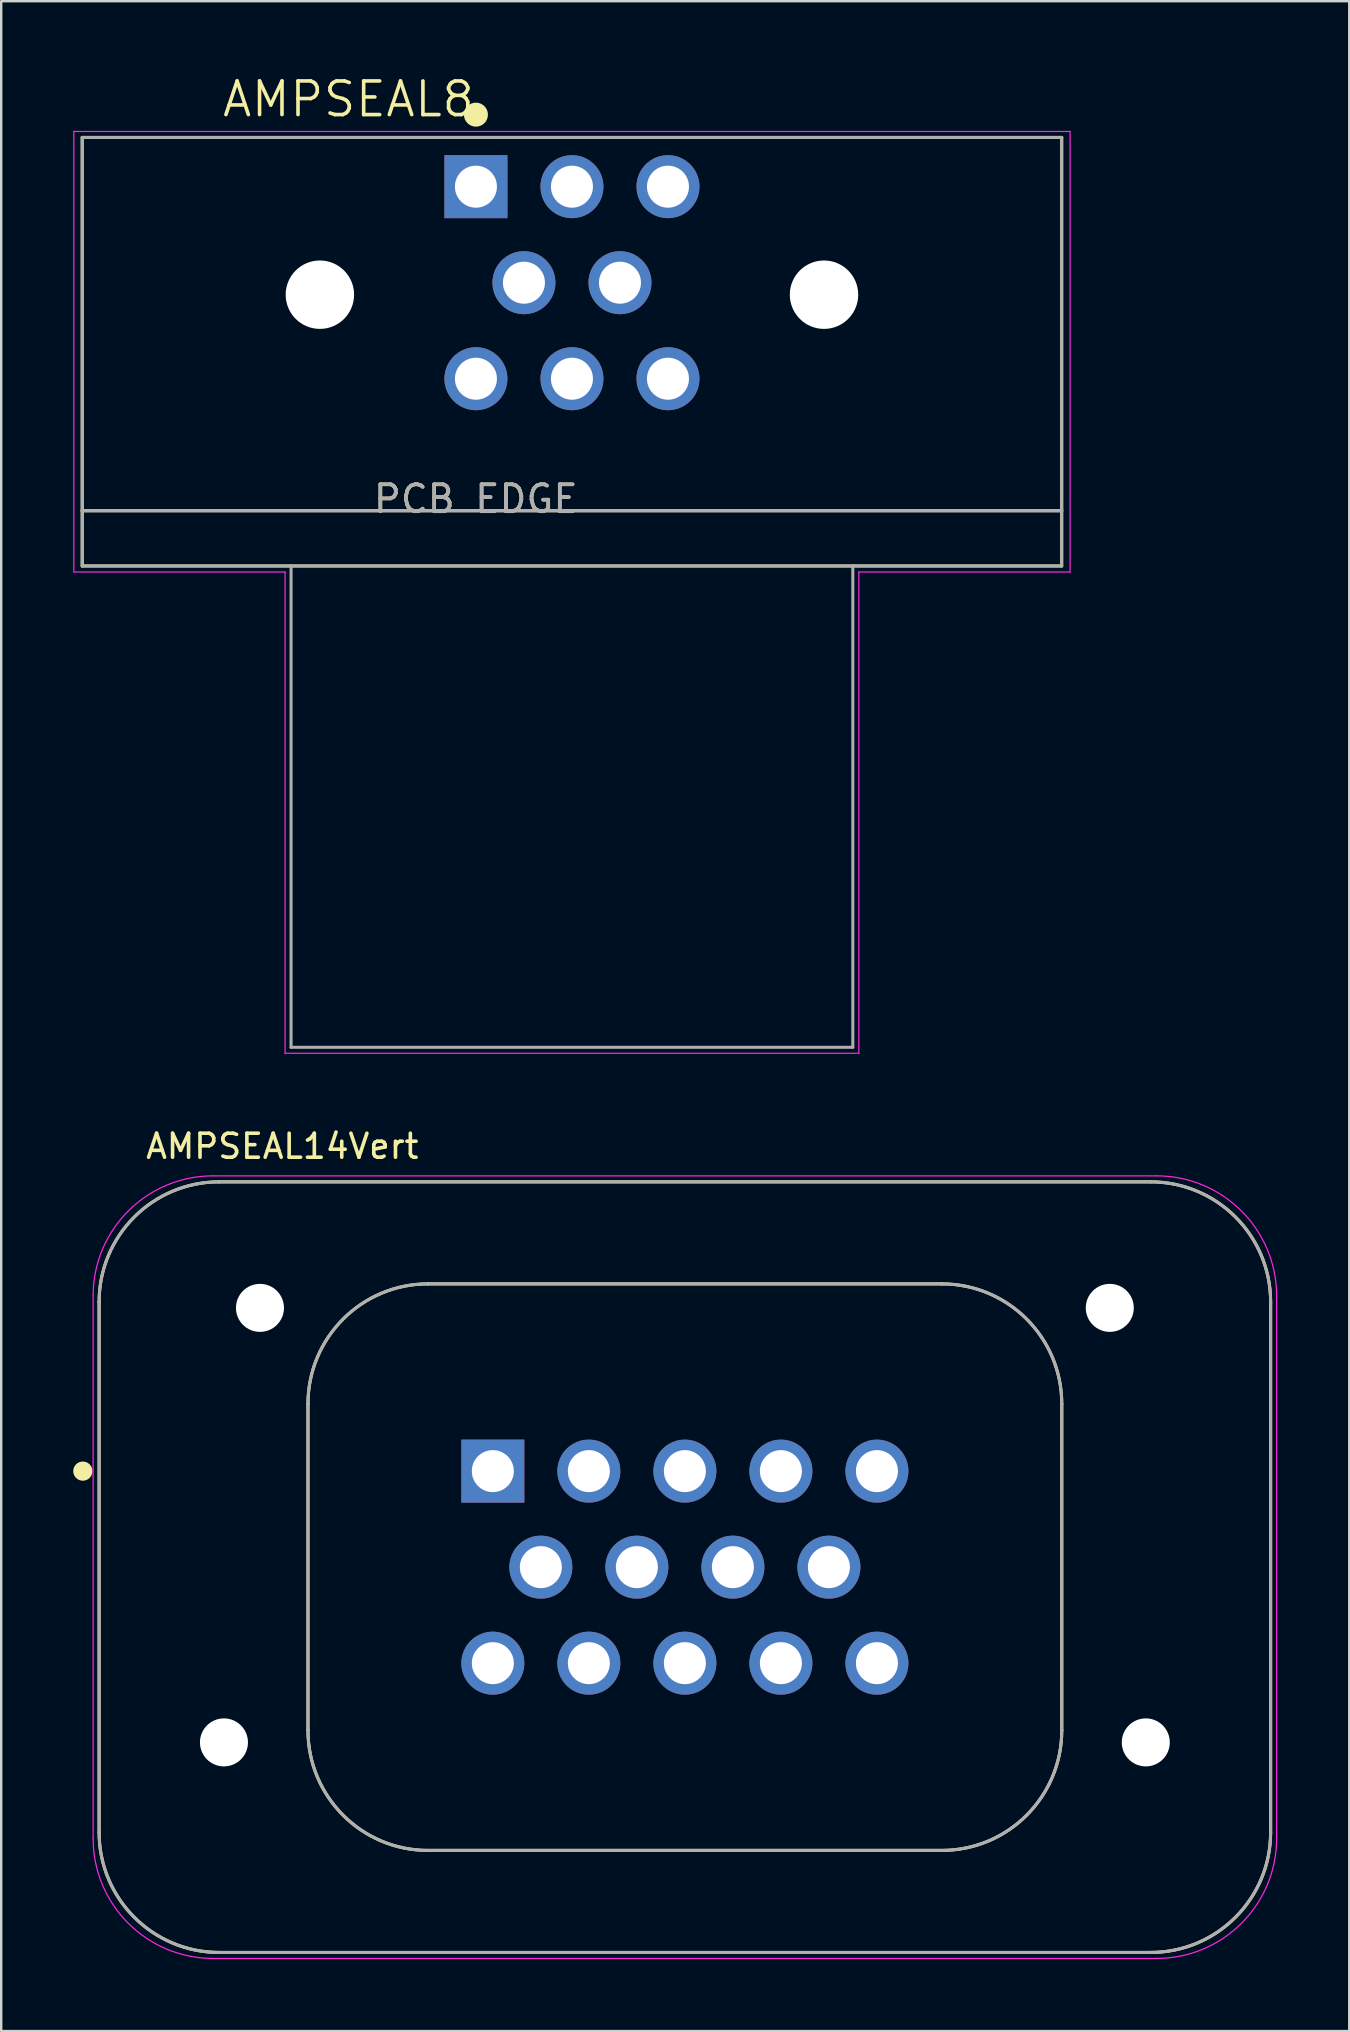
<source format=kicad_pcb>
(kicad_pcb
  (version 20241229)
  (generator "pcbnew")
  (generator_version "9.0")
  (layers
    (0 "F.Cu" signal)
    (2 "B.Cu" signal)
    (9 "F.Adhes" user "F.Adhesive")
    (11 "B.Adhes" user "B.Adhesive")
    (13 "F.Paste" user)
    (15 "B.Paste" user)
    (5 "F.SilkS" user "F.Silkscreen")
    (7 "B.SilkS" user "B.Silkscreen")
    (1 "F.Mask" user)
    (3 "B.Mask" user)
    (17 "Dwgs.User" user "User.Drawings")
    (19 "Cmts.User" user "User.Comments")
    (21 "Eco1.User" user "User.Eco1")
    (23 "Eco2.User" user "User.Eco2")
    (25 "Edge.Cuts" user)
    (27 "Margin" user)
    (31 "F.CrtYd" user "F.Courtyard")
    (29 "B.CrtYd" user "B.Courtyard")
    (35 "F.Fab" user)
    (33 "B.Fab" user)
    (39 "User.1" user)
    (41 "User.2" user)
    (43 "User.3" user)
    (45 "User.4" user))
  (footprint "AMPSEAL14Vert"
    (layer "F.Cu")
    (at 25.479 62.231)
    (property "Reference" "AMPSEAL14Vert" (at -16.769 -17.531 0) (layer "F.SilkS") (effects (font (size 1 1) (thickness 0.15))))
    (attr through_hole)
    (fp_line (start -24.4 -11.05) (end -24.4 11.05) (stroke (width 0.127) (type solid)) (layer "F.SilkS"))
    (fp_line (start -19.4 16.05) (end 19.4 16.05) (stroke (width 0.127) (type solid)) (layer "F.SilkS"))
    (fp_line (start -15.7 -6.8) (end -15.7 6.8) (stroke (width 0.127) (type solid)) (layer "F.SilkS"))
    (fp_line (start -10.7 11.8) (end 10.7 11.8) (stroke (width 0.127) (type solid)) (layer "F.SilkS"))
    (fp_line (start 10.7 -11.8) (end -10.7 -11.8) (stroke (width 0.127) (type solid)) (layer "F.SilkS"))
    (fp_line (start 15.7 6.8) (end 15.7 -6.8) (stroke (width 0.127) (type solid)) (layer "F.SilkS"))
    (fp_line (start 19.4 -16.05) (end -19.4 -16.05) (stroke (width 0.127) (type solid)) (layer "F.SilkS"))
    (fp_line (start 24.4 11.05) (end 24.4 -11.05) (stroke (width 0.127) (type solid)) (layer "F.SilkS"))
    (fp_arc (start -24.4 -11.05) (mid -22.935534 -14.585534) (end -19.4 -16.05) (stroke (width 0.127) (type solid)) (layer "F.SilkS"))
    (fp_arc (start -19.4 16.05) (mid -22.935534 14.585534) (end -24.4 11.05) (stroke (width 0.127) (type solid)) (layer "F.SilkS"))
    (fp_arc (start -15.7 -6.8) (mid -14.235534 -10.335534) (end -10.7 -11.8) (stroke (width 0.127) (type solid)) (layer "F.SilkS"))
    (fp_arc (start -10.7 11.8) (mid -14.235534 10.335534) (end -15.7 6.8) (stroke (width 0.127) (type solid)) (layer "F.SilkS"))
    (fp_arc (start 10.7 -11.8) (mid 14.235534 -10.335534) (end 15.7 -6.8) (stroke (width 0.127) (type solid)) (layer "F.SilkS"))
    (fp_arc (start 15.7 6.8) (mid 14.235534 10.335534) (end 10.7 11.8) (stroke (width 0.127) (type solid)) (layer "F.SilkS"))
    (fp_arc (start 19.4 -16.05) (mid 22.935534 -14.585534) (end 24.4 -11.05) (stroke (width 0.127) (type solid)) (layer "F.SilkS"))
    (fp_arc (start 24.4 11.05) (mid 22.935534 14.585534) (end 19.4 16.05) (stroke (width 0.127) (type solid)) (layer "F.SilkS"))
    (fp_circle (center -25.079 -4) (end -24.879 -4) (stroke (width 0.4) (type solid)) (fill no) (layer "F.SilkS"))
    (fp_line (start -24.65 11.3) (end -24.65 -11.3) (stroke (width 0.05) (type solid)) (layer "F.CrtYd"))
    (fp_line (start -19.65 -16.3) (end 19.65 -16.3) (stroke (width 0.05) (type solid)) (layer "F.CrtYd"))
    (fp_line (start 19.65 16.3) (end -19.65 16.3) (stroke (width 0.05) (type solid)) (layer "F.CrtYd"))
    (fp_line (start 24.65 -11.3) (end 24.65 11.3) (stroke (width 0.05) (type solid)) (layer "F.CrtYd"))
    (fp_arc (start -24.65 -11.3) (mid -23.185534 -14.835534) (end -19.65 -16.3) (stroke (width 0.05) (type solid)) (layer "F.CrtYd"))
    (fp_arc (start -19.65 16.3) (mid -23.185534 14.835534) (end -24.65 11.3) (stroke (width 0.05) (type solid)) (layer "F.CrtYd"))
    (fp_arc (start 19.65 -16.3) (mid 23.185534 -14.835534) (end 24.65 -11.3) (stroke (width 0.05) (type solid)) (layer "F.CrtYd"))
    (fp_arc (start 24.65 11.3) (mid 23.185534 14.835534) (end 19.65 16.3) (stroke (width 0.05) (type solid)) (layer "F.CrtYd"))
    (fp_line (start -24.4 -11.05) (end -24.4 11.05) (stroke (width 0.127) (type solid)) (layer "F.Fab"))
    (fp_line (start -19.4 16.05) (end 19.4 16.05) (stroke (width 0.127) (type solid)) (layer "F.Fab"))
    (fp_line (start -15.7 -6.8) (end -15.7 6.8) (stroke (width 0.127) (type solid)) (layer "F.Fab"))
    (fp_line (start -10.7 11.8) (end 10.7 11.8) (stroke (width 0.127) (type solid)) (layer "F.Fab"))
    (fp_line (start 10.7 -11.8) (end -10.7 -11.8) (stroke (width 0.127) (type solid)) (layer "F.Fab"))
    (fp_line (start 15.7 6.8) (end 15.7 -6.8) (stroke (width 0.127) (type solid)) (layer "F.Fab"))
    (fp_line (start 19.4 -16.05) (end -19.4 -16.05) (stroke (width 0.127) (type solid)) (layer "F.Fab"))
    (fp_line (start 24.4 11.05) (end 24.4 -11.05) (stroke (width 0.127) (type solid)) (layer "F.Fab"))
    (fp_arc (start -24.4 -11.05) (mid -22.935534 -14.585534) (end -19.4 -16.05) (stroke (width 0.127) (type solid)) (layer "F.Fab"))
    (fp_arc (start -19.4 16.05) (mid -22.935534 14.585534) (end -24.4 11.05) (stroke (width 0.127) (type solid)) (layer "F.Fab"))
    (fp_arc (start -15.7 -6.8) (mid -14.235534 -10.335534) (end -10.7 -11.8) (stroke (width 0.127) (type solid)) (layer "F.Fab"))
    (fp_arc (start -10.7 11.8) (mid -14.235534 10.335534) (end -15.7 6.8) (stroke (width 0.127) (type solid)) (layer "F.Fab"))
    (fp_arc (start 10.7 -11.8) (mid 14.235534 -10.335534) (end 15.7 -6.8) (stroke (width 0.127) (type solid)) (layer "F.Fab"))
    (fp_arc (start 15.7 6.8) (mid 14.235534 10.335534) (end 10.7 11.8) (stroke (width 0.127) (type solid)) (layer "F.Fab"))
    (fp_arc (start 19.4 -16.05) (mid 22.935534 -14.585534) (end 24.4 -11.05) (stroke (width 0.127) (type solid)) (layer "F.Fab"))
    (fp_arc (start 24.4 11.05) (mid 22.935534 14.585534) (end 19.4 16.05) (stroke (width 0.127) (type solid)) (layer "F.Fab"))
    (fp_circle (center -8 -4) (end -7.8 -4) (stroke (width 0.4) (type solid)) (fill no) (layer "F.Fab"))
    (pad "" np_thru_hole circle (at -19.2 7.3) (size 2 2) (drill 2) (layers "*.Cu" "*.Mask"))
    (pad "" np_thru_hole circle (at -17.7 -10.8) (size 2 2) (drill 2) (layers "*.Cu" "*.Mask"))
    (pad "" np_thru_hole circle (at 17.7 -10.8) (size 2 2) (drill 2) (layers "*.Cu" "*.Mask"))
    (pad "" np_thru_hole circle (at 19.2 7.3) (size 2 2) (drill 2) (layers "*.Cu" "*.Mask"))
    (pad "1" thru_hole rect (at -8 -4) (size 2.625 2.625) (drill 1.75) (layers "*.Cu" "*.Mask"))
    (pad "2" thru_hole circle (at -4 -4) (size 2.625 2.625) (drill 1.75) (layers "*.Cu" "*.Mask"))
    (pad "3" thru_hole circle (at 0 -4) (size 2.625 2.625) (drill 1.75) (layers "*.Cu" "*.Mask"))
    (pad "4" thru_hole circle (at 4 -4) (size 2.625 2.625) (drill 1.75) (layers "*.Cu" "*.Mask"))
    (pad "5" thru_hole circle (at 8 -4) (size 2.625 2.625) (drill 1.75) (layers "*.Cu" "*.Mask"))
    (pad "6" thru_hole circle (at -6 0) (size 2.625 2.625) (drill 1.75) (layers "*.Cu" "*.Mask"))
    (pad "7" thru_hole circle (at -2 0) (size 2.625 2.625) (drill 1.75) (layers "*.Cu" "*.Mask"))
    (pad "8" thru_hole circle (at 2 0) (size 2.625 2.625) (drill 1.75) (layers "*.Cu" "*.Mask"))
    (pad "9" thru_hole circle (at 6 0) (size 2.625 2.625) (drill 1.75) (layers "*.Cu" "*.Mask"))
    (pad "10" thru_hole circle (at -8 4) (size 2.625 2.625) (drill 1.75) (layers "*.Cu" "*.Mask"))
    (pad "11" thru_hole circle (at -4 4) (size 2.625 2.625) (drill 1.75) (layers "*.Cu" "*.Mask"))
    (pad "12" thru_hole circle (at 0 4) (size 2.625 2.625) (drill 1.75) (layers "*.Cu" "*.Mask"))
    (pad "13" thru_hole circle (at 4 4) (size 2.625 2.625) (drill 1.75) (layers "*.Cu" "*.Mask"))
    (pad "14" thru_hole circle (at 8 4) (size 2.625 2.625) (drill 1.75) (layers "*.Cu" "*.Mask")))
  (footprint "AMPSEAL8"
    (layer "F.Cu")
    (at 20.775 9.226)
    (property "Reference" "AMPSEAL8" (at -9.31 -8.144 0) (layer "F.SilkS") (effects (font (size 1.401 1.401) (thickness 0.15))))
    (attr through_hole)
    (fp_line (start -20.4 -6.55) (end 20.4 -6.55) (stroke (width 0.127) (type solid)) (layer "F.SilkS"))
    (fp_line (start -20.4 9) (end -20.4 -6.55) (stroke (width 0.127) (type solid)) (layer "F.SilkS"))
    (fp_line (start -20.4 11.3) (end -20.4 9) (stroke (width 0.127) (type solid)) (layer "F.SilkS"))
    (fp_line (start 11.7 11.3) (end -20.4 11.3) (stroke (width 0.127) (type solid)) (layer "F.SilkS"))
    (fp_line (start 20.4 -6.55) (end 20.4 9) (stroke (width 0.127) (type solid)) (layer "F.SilkS"))
    (fp_line (start 20.4 9) (end -20.4 9) (stroke (width 0.127) (type solid)) (layer "F.SilkS"))
    (fp_line (start 20.4 9) (end 20.4 11.3) (stroke (width 0.127) (type solid)) (layer "F.SilkS"))
    (fp_line (start 20.4 11.3) (end 11.7 11.3) (stroke (width 0.127) (type solid)) (layer "F.SilkS"))
    (fp_circle (center -4 -7.5) (end -3.75 -7.5) (stroke (width 0.5) (type solid)) (fill no) (layer "F.SilkS"))
    (fp_line (start -20.75 -6.8) (end -20.75 11.55) (stroke (width 0.05) (type solid)) (layer "F.CrtYd"))
    (fp_line (start -20.75 11.55) (end -11.95 11.55) (stroke (width 0.05) (type solid)) (layer "F.CrtYd"))
    (fp_line (start -11.95 11.55) (end -11.95 31.6) (stroke (width 0.05) (type solid)) (layer "F.CrtYd"))
    (fp_line (start -11.95 31.6) (end 11.95 31.6) (stroke (width 0.05) (type solid)) (layer "F.CrtYd"))
    (fp_line (start 11.95 11.55) (end 20.75 11.55) (stroke (width 0.05) (type solid)) (layer "F.CrtYd"))
    (fp_line (start 11.95 31.6) (end 11.95 11.55) (stroke (width 0.05) (type solid)) (layer "F.CrtYd"))
    (fp_line (start 20.75 -6.8) (end -20.75 -6.8) (stroke (width 0.05) (type solid)) (layer "F.CrtYd"))
    (fp_line (start 20.75 11.55) (end 20.75 -6.8) (stroke (width 0.05) (type solid)) (layer "F.CrtYd"))
    (fp_line (start -20.4 -6.55) (end 20.4 -6.55) (stroke (width 0.127) (type solid)) (layer "F.Fab"))
    (fp_line (start -20.4 9) (end -20.4 -6.55) (stroke (width 0.127) (type solid)) (layer "F.Fab"))
    (fp_line (start -20.4 11.3) (end -20.4 9) (stroke (width 0.127) (type solid)) (layer "F.Fab"))
    (fp_line (start -11.7 11.3) (end -20.4 11.3) (stroke (width 0.127) (type solid)) (layer "F.Fab"))
    (fp_line (start -11.7 11.3) (end -11.7 31.35) (stroke (width 0.127) (type solid)) (layer "F.Fab"))
    (fp_line (start -11.7 31.35) (end 11.7 31.35) (stroke (width 0.127) (type solid)) (layer "F.Fab"))
    (fp_line (start 11.7 11.3) (end -11.7 11.3) (stroke (width 0.127) (type solid)) (layer "F.Fab"))
    (fp_line (start 11.7 31.35) (end 11.7 11.3) (stroke (width 0.127) (type solid)) (layer "F.Fab"))
    (fp_line (start 20.4 -6.55) (end 20.4 9) (stroke (width 0.127) (type solid)) (layer "F.Fab"))
    (fp_line (start 20.4 9) (end -20.4 9) (stroke (width 0.127) (type solid)) (layer "F.Fab"))
    (fp_line (start 20.4 9) (end 20.4 11.3) (stroke (width 0.127) (type solid)) (layer "F.Fab"))
    (fp_line (start 20.4 11.3) (end 11.7 11.3) (stroke (width 0.127) (type solid)) (layer "F.Fab"))
    (fp_text user "PCB EDGE" (at -4.003 8.507 0) (layer "F.SilkS") (effects (font (size 1.121 1.121) (thickness 0.15))))
    (fp_text user "PCB EDGE" (at -4.005 8.51 0) (layer "F.Fab") (effects (font (size 1.121 1.121) (thickness 0.15))))
    (pad "" np_thru_hole circle (at -10.5 0) (size 2.85 2.85) (drill 2.85) (layers "*.Cu" "*.Mask"))
    (pad "" np_thru_hole circle (at 10.5 0) (size 2.85 2.85) (drill 2.85) (layers "*.Cu" "*.Mask"))
    (pad "1" thru_hole rect (at -4 -4.5) (size 2.625 2.625) (drill 1.75) (layers "*.Cu" "*.Mask"))
    (pad "2" thru_hole circle (at 0 -4.5) (size 2.625 2.625) (drill 1.75) (layers "*.Cu" "*.Mask"))
    (pad "3" thru_hole circle (at 4 -4.5) (size 2.625 2.625) (drill 1.75) (layers "*.Cu" "*.Mask"))
    (pad "4" thru_hole circle (at -2 -0.5) (size 2.625 2.625) (drill 1.75) (layers "*.Cu" "*.Mask"))
    (pad "5" thru_hole circle (at 2 -0.5) (size 2.625 2.625) (drill 1.75) (layers "*.Cu" "*.Mask"))
    (pad "6" thru_hole circle (at -4 3.5) (size 2.625 2.625) (drill 1.75) (layers "*.Cu" "*.Mask"))
    (pad "7" thru_hole circle (at 0 3.5) (size 2.625 2.625) (drill 1.75) (layers "*.Cu" "*.Mask"))
    (pad "8" thru_hole circle (at 4 3.5) (size 2.625 2.625) (drill 1.75) (layers "*.Cu" "*.Mask")))
  (gr_rect
    (start -3 -3)
    (end 53.154 81.556)
    (stroke (width 0.1) (type default))
    (fill no)
    (layer "Edge.Cuts")))
</source>
